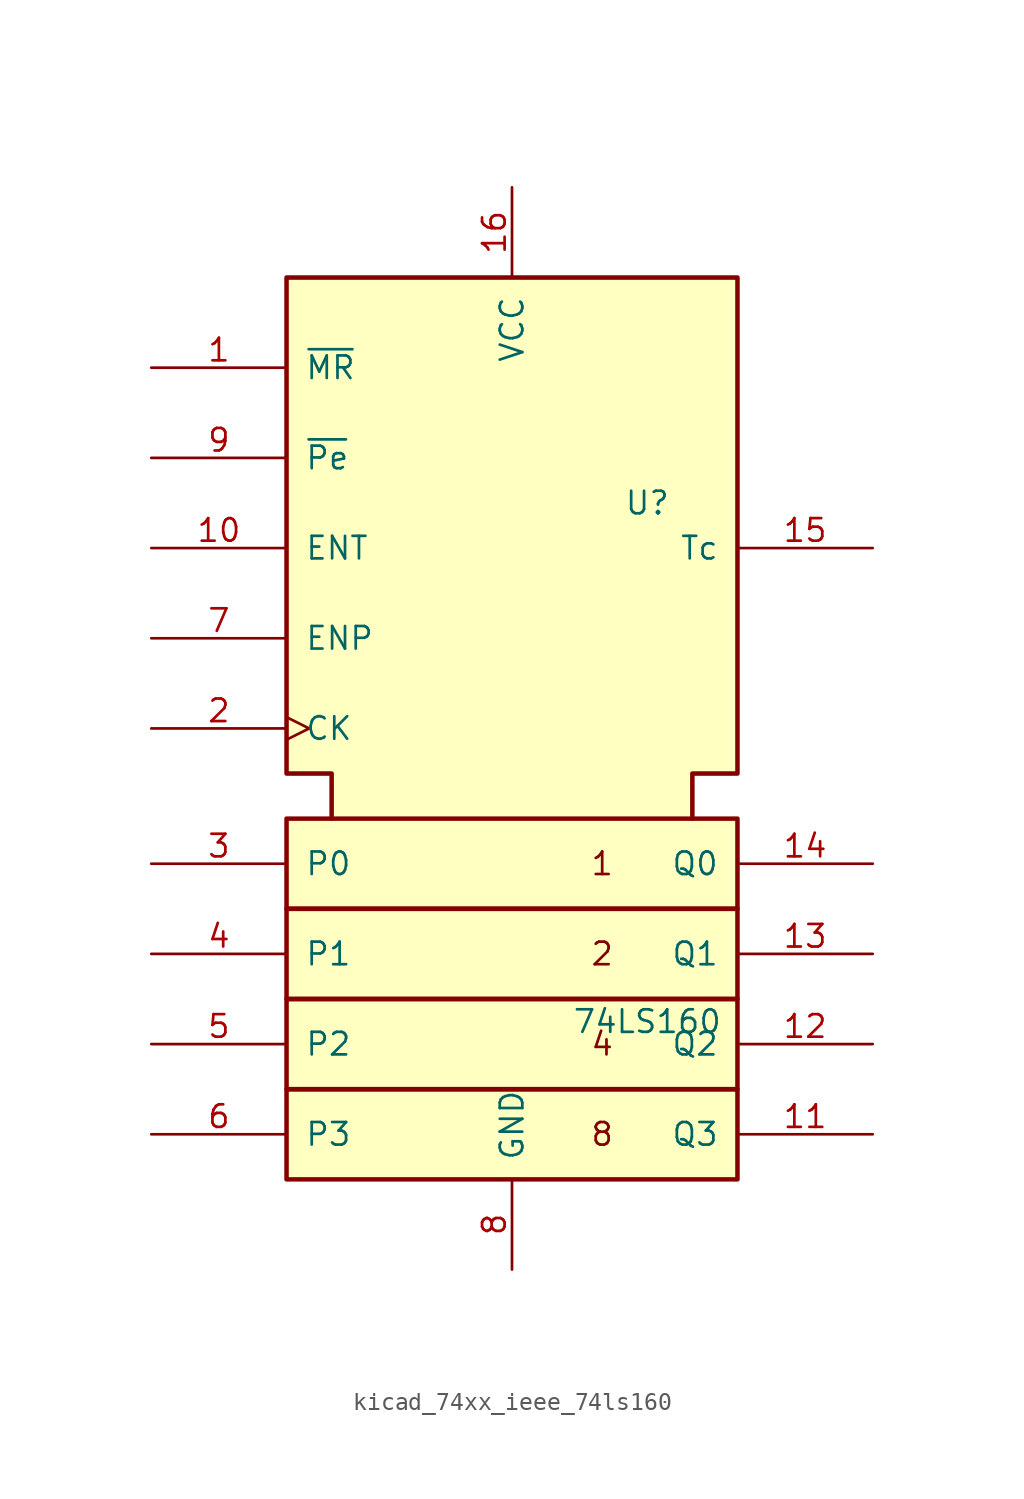
<source format=kicad_sym>
(kicad_symbol_lib
  (version 20220914)
  (generator kicad_symbol_editor)
  (symbol "kicad_74xx_ieee_74ls160"
    (pin_names
      (offset 1.016))
    (property "Reference" "U"
      (at 7.62 15.24 0)
      (effects (font (size 1.27 1.27))))
    (property "Value" "74LS160"
      (at 7.62 -13.97 0)
      (effects (font (size 1.27 1.27))))
    (symbol "kicad_74xx_ieee_74ls160_0_0"
      (rectangle (start -12.7 -17.78) (end 12.7 -22.86) (stroke (width 0.254) (type default)) (fill (type background)))
      (rectangle (start -12.7 -12.7) (end 12.7 -17.78) (stroke (width 0.254) (type default)) (fill (type background)))
      (rectangle (start -12.7 -7.62) (end 12.7 -12.7) (stroke (width 0.254) (type default)) (fill (type background)))
      (rectangle (start -12.7 -2.54) (end 12.7 -7.62) (stroke (width 0.254) (type default)) (fill (type background)))
      (polyline (pts (xy -10.16 -2.54) (xy -10.16 0) (xy -12.7 0) (xy -12.7 27.94) (xy 12.7 27.94) (xy 12.7 0) (xy 10.16 0) (xy 10.16 -2.54) (xy 10.16 -2.54)) (stroke (width 0.254) (type default)) (fill (type background)))
      (text "1" (at 5.08 -5.08 0) (effects (font (size 1.27 1.27))))
      (text "2" (at 5.08 -10.16 0) (effects (font (size 1.27 1.27))))
      (text "4" (at 5.08 -15.24 0) (effects (font (size 1.27 1.27))))
      (text "8" (at 5.08 -20.32 0) (effects (font (size 1.27 1.27))))
      (pin power_in line (at 0 33.02 270) (length 5.08) (name "VCC" (effects (font (size 1.27 1.27)))) (number "16" (effects (font (size 1.27 1.27)))))
      (pin power_in line (at 0 -27.94 90) (length 5.08) (name "GND" (effects (font (size 1.27 1.27)))) (number "8" (effects (font (size 1.27 1.27))))))
    (symbol "kicad_74xx_ieee_74ls160_1_1"
      (pin input line (at -20.32 22.86 0) (length 7.62) (name "~{MR}" (effects (font (size 1.27 1.27)))) (number "1" (effects (font (size 1.27 1.27)))))
      (pin input line (at -20.32 12.7 0) (length 7.62) (name "ENT" (effects (font (size 1.27 1.27)))) (number "10" (effects (font (size 1.27 1.27)))))
      (pin output line (at 20.32 -20.32 180) (length 7.62) (name "Q3" (effects (font (size 1.27 1.27)))) (number "11" (effects (font (size 1.27 1.27)))))
      (pin output line (at 20.32 -15.24 180) (length 7.62) (name "Q2" (effects (font (size 1.27 1.27)))) (number "12" (effects (font (size 1.27 1.27)))))
      (pin output line (at 20.32 -10.16 180) (length 7.62) (name "Q1" (effects (font (size 1.27 1.27)))) (number "13" (effects (font (size 1.27 1.27)))))
      (pin output line (at 20.32 -5.08 180) (length 7.62) (name "Q0" (effects (font (size 1.27 1.27)))) (number "14" (effects (font (size 1.27 1.27)))))
      (pin output line (at 20.32 12.7 180) (length 7.62) (name "Tc" (effects (font (size 1.27 1.27)))) (number "15" (effects (font (size 1.27 1.27)))))
      (pin input clock (at -20.32 2.54 0) (length 7.62) (name "CK" (effects (font (size 1.27 1.27)))) (number "2" (effects (font (size 1.27 1.27)))))
      (pin input line (at -20.32 -5.08 0) (length 7.62) (name "P0" (effects (font (size 1.27 1.27)))) (number "3" (effects (font (size 1.27 1.27)))))
      (pin input line (at -20.32 -10.16 0) (length 7.62) (name "P1" (effects (font (size 1.27 1.27)))) (number "4" (effects (font (size 1.27 1.27)))))
      (pin input line (at -20.32 -15.24 0) (length 7.62) (name "P2" (effects (font (size 1.27 1.27)))) (number "5" (effects (font (size 1.27 1.27)))))
      (pin input line (at -20.32 -20.32 0) (length 7.62) (name "P3" (effects (font (size 1.27 1.27)))) (number "6" (effects (font (size 1.27 1.27)))))
      (pin input line (at -20.32 7.62 0) (length 7.62) (name "ENP" (effects (font (size 1.27 1.27)))) (number "7" (effects (font (size 1.27 1.27)))))
      (pin input line (at -20.32 17.78 0) (length 7.62) (name "~{Pe}" (effects (font (size 1.27 1.27)))) (number "9" (effects (font (size 1.27 1.27))))))))
</source>
